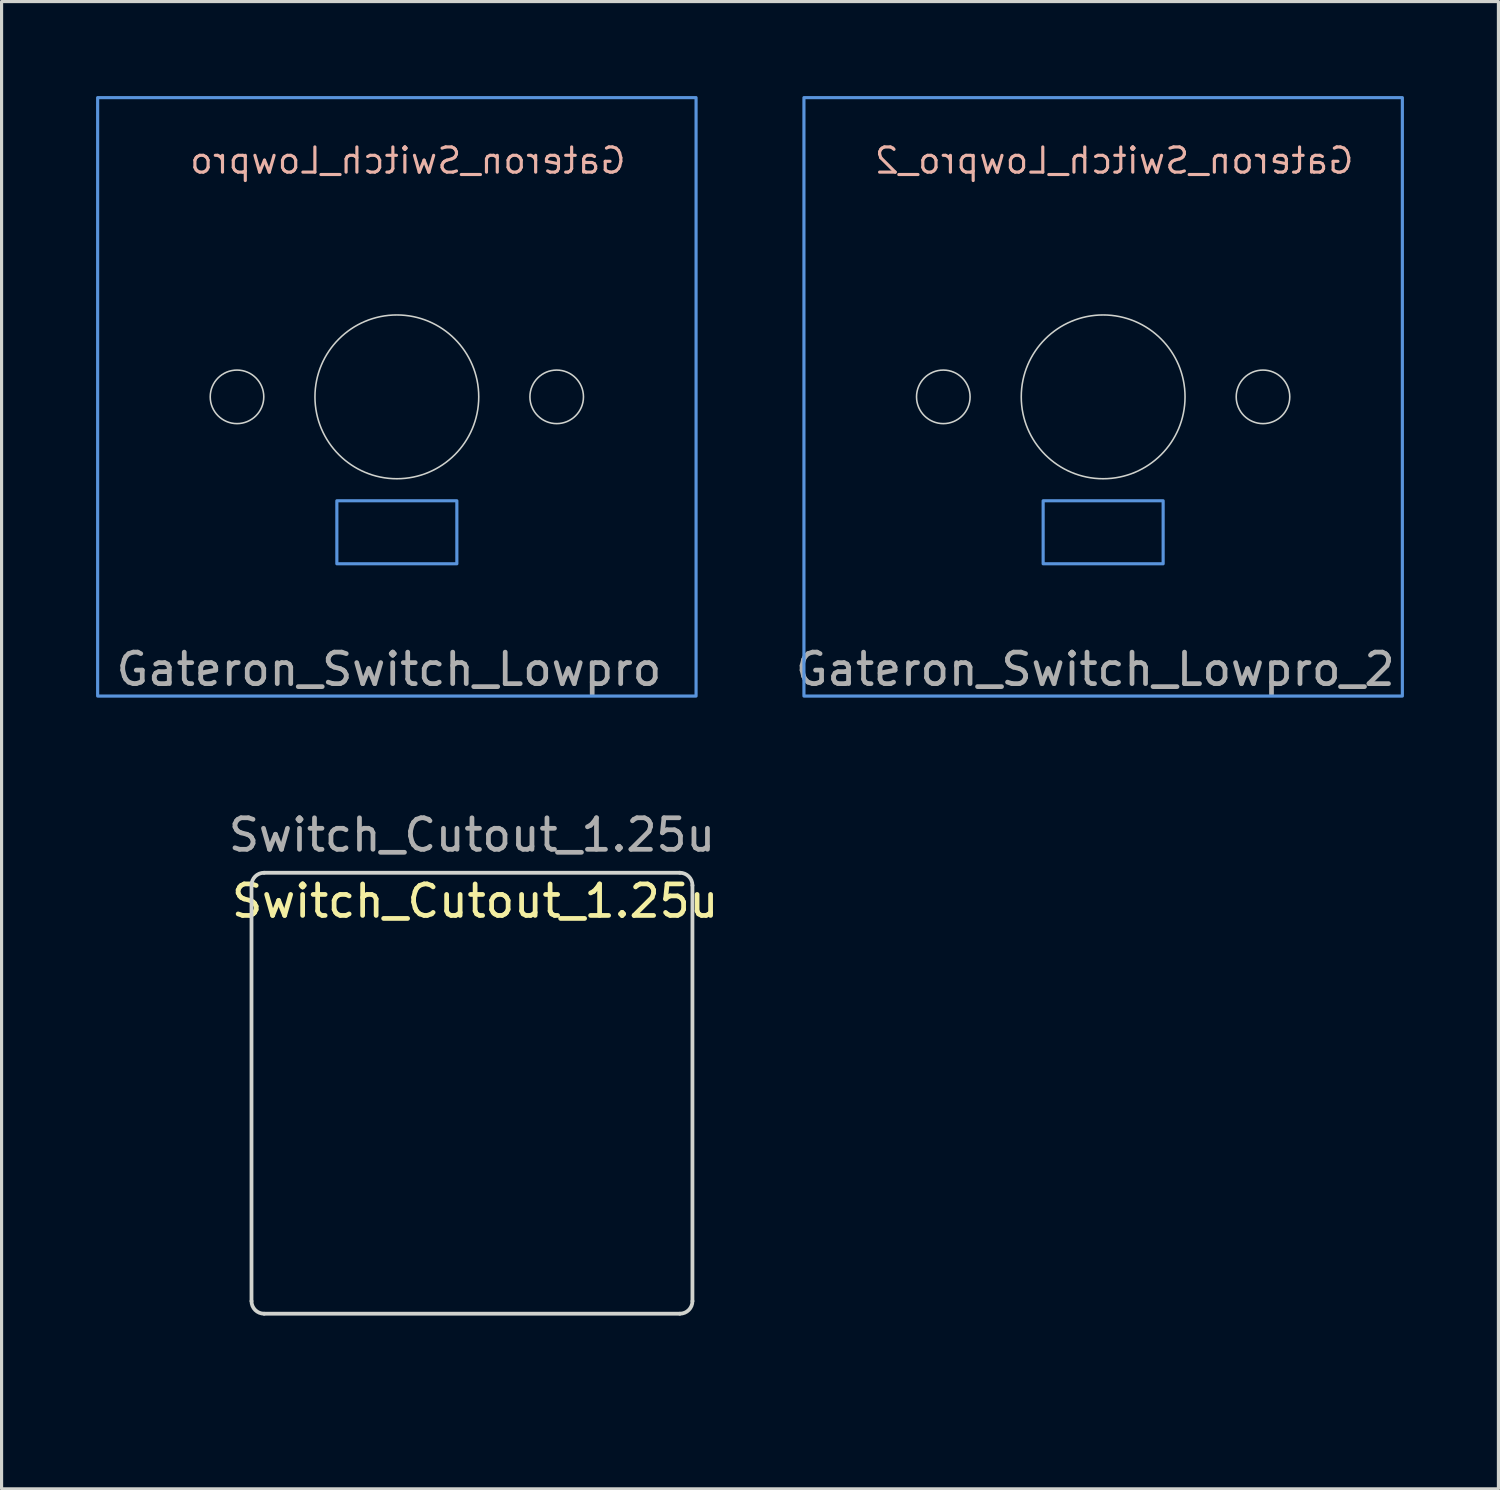
<source format=kicad_pcb>
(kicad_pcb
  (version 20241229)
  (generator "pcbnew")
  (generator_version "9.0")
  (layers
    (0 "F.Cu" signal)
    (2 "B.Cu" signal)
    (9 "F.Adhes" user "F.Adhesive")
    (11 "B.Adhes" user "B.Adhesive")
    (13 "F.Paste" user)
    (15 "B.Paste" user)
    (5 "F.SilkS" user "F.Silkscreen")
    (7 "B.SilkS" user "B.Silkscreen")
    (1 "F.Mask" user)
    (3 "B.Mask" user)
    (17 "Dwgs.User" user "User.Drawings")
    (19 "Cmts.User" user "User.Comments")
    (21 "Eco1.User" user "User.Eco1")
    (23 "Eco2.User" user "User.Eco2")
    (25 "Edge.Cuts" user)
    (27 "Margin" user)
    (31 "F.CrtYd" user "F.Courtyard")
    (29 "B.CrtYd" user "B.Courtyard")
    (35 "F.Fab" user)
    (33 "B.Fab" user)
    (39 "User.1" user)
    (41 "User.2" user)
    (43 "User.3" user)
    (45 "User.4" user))
  (footprint "Switch_Cutout_1.25u"
    (layer "F.Cu")
    (at 11.935 31.66)
    (property "Reference" "Switch_Cutout_1.25u" (at 0.1 -6.1 0) (layer "F.SilkS") (effects (font (size 1 1) (thickness 0.15))))
    (attr through_hole)
    (fp_line (start -7 -6.6) (end -7 6.6) (stroke (width 0.12) (type solid)) (layer "Edge.Cuts"))
    (fp_line (start -6.6 -7) (end 6.6 -7) (stroke (width 0.12) (type solid)) (layer "Edge.Cuts"))
    (fp_line (start -6.6 7) (end 6.6 7) (stroke (width 0.12) (type solid)) (layer "Edge.Cuts"))
    (fp_line (start 7 -6.6) (end 7 6.6) (stroke (width 0.12) (type solid)) (layer "Edge.Cuts"))
    (fp_arc (start -7 -6.6) (mid -6.882843 -6.882843) (end -6.6 -7) (stroke (width 0.12) (type solid)) (layer "Edge.Cuts"))
    (fp_arc (start -6.6 7) (mid -6.882843 6.882843) (end -7 6.6) (stroke (width 0.12) (type solid)) (layer "Edge.Cuts"))
    (fp_arc (start 6.6 -7) (mid 6.882843 -6.882843) (end 7 -6.6) (stroke (width 0.12) (type solid)) (layer "Edge.Cuts"))
    (fp_arc (start 7 6.6) (mid 6.882843 6.882843) (end 6.6 7) (stroke (width 0.12) (type solid)) (layer "Edge.Cuts"))
    (fp_rect (start 11.875 -9.5) (end -11.875 9.5) (stroke (width 0.12) (type solid)) (fill no) (layer "User.2"))
    (fp_rect (start 9.5 -9.5) (end -9.5 9.5) (stroke (width 0.12) (type solid)) (fill no) (layer "User.3"))
    (fp_text user "${REFERENCE}" (at 0 -8.2 0) (layer "F.Fab") (effects (font (size 1 1) (thickness 0.15)))))
  (footprint "Gateron_Switch_Lowpro_2"
    (layer "F.Cu")
    (at 31.975 9.55)
    (property "Reference" "Gateron_Switch_Lowpro_2" (at 0.35 -7.5 0) (unlocked yes) (layer "B.SilkS") (effects (font (size 0.8 0.8) (thickness 0.1)) (justify mirror)))
    (attr smd)
    (fp_rect (start -9.5 -9.5) (end 9.5 9.5) (stroke (width 0.1) (type solid)) (fill no) (layer "Cmts.User"))
    (fp_rect (start -1.905 3.3) (end 1.905 5.3) (stroke (width 0.1) (type solid)) (fill no) (layer "Cmts.User"))
    (fp_circle (center -5.075 0) (end -4.225 0) (stroke (width 0.05) (type solid)) (fill no) (layer "Edge.Cuts"))
    (fp_circle (center 0 0) (end 2.6 0) (stroke (width 0.05) (type solid)) (fill no) (layer "Edge.Cuts"))
    (fp_circle (center 5.075 0) (end 5.925 0) (stroke (width 0.05) (type solid)) (fill no) (layer "Edge.Cuts"))
    (fp_rect (start -2.5 -6) (end 2.5 -3.5) (stroke (width 0.1) (type solid)) (fill no) (layer "User.2"))
    (fp_line (start -3.5 3.9) (end -3.5 4.9) (stroke (width 0.1) (type default)) (layer "User.3"))
    (fp_line (start -2.5 -6.25) (end 2.5 -6.25) (stroke (width 0.1) (type default)) (layer "User.3"))
    (fp_line (start -2.5 -3.25) (end 2.5 -3.25) (stroke (width 0.1) (type default)) (layer "User.3"))
    (fp_line (start -2 2.4) (end 2 2.4) (stroke (width 0.1) (type solid)) (layer "User.3"))
    (fp_line (start -2 6.4) (end 2 6.4) (stroke (width 0.1) (type solid)) (layer "User.3"))
    (fp_line (start 3.5 3.9) (end 3.5 4.9) (stroke (width 0.1) (type default)) (layer "User.3"))
    (fp_arc (start -3.5 3.9) (mid -3.06066 2.83934) (end -2 2.4) (stroke (width 0.1) (type solid)) (layer "User.3"))
    (fp_arc (start -2.5 -3.25) (mid -4 -4.75) (end -2.5 -6.25) (stroke (width 0.1) (type default)) (layer "User.3"))
    (fp_arc (start -2 6.4) (mid -3.06066 5.96066) (end -3.5 4.9) (stroke (width 0.1) (type default)) (layer "User.3"))
    (fp_arc (start 2 2.4) (mid 3.06066 2.83934) (end 3.5 3.9) (stroke (width 0.1) (type default)) (layer "User.3"))
    (fp_arc (start 2.5 -6.25) (mid 4 -4.75) (end 2.5 -3.25) (stroke (width 0.1) (type default)) (layer "User.3"))
    (fp_arc (start 3.5 4.9) (mid 3.06066 5.96066) (end 2 6.4) (stroke (width 0.1) (type default)) (layer "User.3"))
    (fp_line (start -8.2 -6) (end -8.2 6) (stroke (width 0.12) (type solid)) (layer "User.4"))
    (fp_line (start -7.8 -6.4) (end -7 -6.4) (stroke (width 0.12) (type solid)) (layer "User.4"))
    (fp_line (start -7.8 6.4) (end -7 6.4) (stroke (width 0.12) (type solid)) (layer "User.4"))
    (fp_line (start -7 -6.6) (end -7 6.6) (stroke (width 0.12) (type solid)) (layer "User.4"))
    (fp_line (start -6.6 -7) (end 6.6 -7) (stroke (width 0.12) (type solid)) (layer "User.4"))
    (fp_line (start -6.6 7) (end 6.6 7) (stroke (width 0.12) (type solid)) (layer "User.4"))
    (fp_line (start 7 -6.6) (end 7 6.6) (stroke (width 0.12) (type solid)) (layer "User.4"))
    (fp_line (start 7 -6.4) (end 7.8 -6.4) (stroke (width 0.12) (type solid)) (layer "User.4"))
    (fp_line (start 7 6.4) (end 7.8 6.4) (stroke (width 0.12) (type solid)) (layer "User.4"))
    (fp_line (start 8.2 -6) (end 8.2 6) (stroke (width 0.12) (type solid)) (layer "User.4"))
    (fp_arc (start -8.2 -6) (mid -8.082842 -6.282843) (end -7.799999 -6.4) (stroke (width 0.12) (type solid)) (layer "User.4"))
    (fp_arc (start -7.8 6.4) (mid -8.082843 6.282842) (end -8.2 5.999999) (stroke (width 0.12) (type solid)) (layer "User.4"))
    (fp_arc (start -7 -6.6) (mid -6.882843 -6.882843) (end -6.6 -7) (stroke (width 0.12) (type solid)) (layer "User.4"))
    (fp_arc (start -6.6 7) (mid -6.882843 6.882843) (end -7 6.6) (stroke (width 0.12) (type solid)) (layer "User.4"))
    (fp_arc (start 6.6 -7) (mid 6.882843 -6.882843) (end 7 -6.6) (stroke (width 0.12) (type solid)) (layer "User.4"))
    (fp_arc (start 7 6.6) (mid 6.882843 6.882843) (end 6.6 7) (stroke (width 0.12) (type solid)) (layer "User.4"))
    (fp_arc (start 7.8 -6.4) (mid 8.082843 -6.282842) (end 8.2 -5.999999) (stroke (width 0.12) (type solid)) (layer "User.4"))
    (fp_arc (start 8.2 6) (mid 8.082842 6.282843) (end 7.799999 6.4) (stroke (width 0.12) (type solid)) (layer "User.4"))
    (fp_text user "${REFERENCE}" (at -0.25 8.65 0) (unlocked yes) (layer "F.Fab") (effects (font (size 1 1) (thickness 0.15))))
    (zone (net_name "") (layers "F.Cu" "B.Cu") (hatch edge 0.5) (connect_pads) (min_thickness 0.25) (filled_areas_thickness no) (keepout (tracks allowed) (vias allowed) (pads allowed) (copperpour not_allowed) (footprints allowed)) (placement (enabled no)) (fill) (polygon (pts (xy 24.975 9.55) (xy 38.975 9.55) (xy 38.975 18.1) (xy 24.975 18.1))))
    (zone (net_name "") (layer "User.6") (hatch edge 0.5) (connect_pads) (min_thickness 0.25) (filled_areas_thickness no) (keepout (tracks allowed) (vias allowed) (pads allowed) (copperpour not_allowed) (footprints allowed)) (placement (enabled no)) (fill) (polygon (pts (xy 24.975 9.55) (xy 38.975 9.55) (xy 38.975 18.1) (xy 25.075 18.1)))))
  (footprint "Gateron_Switch_Lowpro"
    (layer "F.Cu")
    (at 9.55 9.55)
    (property "Reference" "Gateron_Switch_Lowpro" (at 0.35 -7.5 0) (unlocked yes) (layer "B.SilkS") (effects (font (size 0.8 0.8) (thickness 0.1)) (justify mirror)))
    (attr smd)
    (fp_rect (start -9.5 -9.5) (end 9.5 9.5) (stroke (width 0.1) (type solid)) (fill no) (layer "Cmts.User"))
    (fp_rect (start -1.905 3.3) (end 1.905 5.3) (stroke (width 0.1) (type solid)) (fill no) (layer "Cmts.User"))
    (fp_circle (center -5.075 0) (end -4.225 0) (stroke (width 0.05) (type solid)) (fill no) (layer "Edge.Cuts"))
    (fp_circle (center 0 0) (end 2.6 0) (stroke (width 0.05) (type solid)) (fill no) (layer "Edge.Cuts"))
    (fp_circle (center 5.075 0) (end 5.925 0) (stroke (width 0.05) (type solid)) (fill no) (layer "Edge.Cuts"))
    (fp_rect (start -2.5 -6) (end 2.5 -3.5) (stroke (width 0.1) (type solid)) (fill no) (layer "User.2"))
    (fp_line (start -3.5 3.9) (end -3.5 4.9) (stroke (width 0.1) (type default)) (layer "User.3"))
    (fp_line (start -2.5 -6.25) (end 2.5 -6.25) (stroke (width 0.1) (type default)) (layer "User.3"))
    (fp_line (start -2.5 -3.25) (end 2.5 -3.25) (stroke (width 0.1) (type default)) (layer "User.3"))
    (fp_line (start -2 2.4) (end 2 2.4) (stroke (width 0.1) (type solid)) (layer "User.3"))
    (fp_line (start -2 6.4) (end 2 6.4) (stroke (width 0.1) (type solid)) (layer "User.3"))
    (fp_line (start 3.5 3.9) (end 3.5 4.9) (stroke (width 0.1) (type default)) (layer "User.3"))
    (fp_arc (start -3.5 3.9) (mid -3.06066 2.83934) (end -2 2.4) (stroke (width 0.1) (type solid)) (layer "User.3"))
    (fp_arc (start -2.5 -3.25) (mid -4 -4.75) (end -2.5 -6.25) (stroke (width 0.1) (type default)) (layer "User.3"))
    (fp_arc (start -2 6.4) (mid -3.06066 5.96066) (end -3.5 4.9) (stroke (width 0.1) (type default)) (layer "User.3"))
    (fp_arc (start 2 2.4) (mid 3.06066 2.83934) (end 3.5 3.9) (stroke (width 0.1) (type default)) (layer "User.3"))
    (fp_arc (start 2.5 -6.25) (mid 4 -4.75) (end 2.5 -3.25) (stroke (width 0.1) (type default)) (layer "User.3"))
    (fp_arc (start 3.5 4.9) (mid 3.06066 5.96066) (end 2 6.4) (stroke (width 0.1) (type default)) (layer "User.3"))
    (fp_line (start -8.2 -6) (end -8.2 6) (stroke (width 0.12) (type solid)) (layer "User.4"))
    (fp_line (start -7.8 -6.4) (end -7 -6.4) (stroke (width 0.12) (type solid)) (layer "User.4"))
    (fp_line (start -7.8 6.4) (end -7 6.4) (stroke (width 0.12) (type solid)) (layer "User.4"))
    (fp_line (start -7 -6.6) (end -7 6.6) (stroke (width 0.12) (type solid)) (layer "User.4"))
    (fp_line (start -6.6 -7) (end 6.6 -7) (stroke (width 0.12) (type solid)) (layer "User.4"))
    (fp_line (start -6.6 7) (end 6.6 7) (stroke (width 0.12) (type solid)) (layer "User.4"))
    (fp_line (start 7 -6.6) (end 7 6.6) (stroke (width 0.12) (type solid)) (layer "User.4"))
    (fp_line (start 7 -6.4) (end 7.8 -6.4) (stroke (width 0.12) (type solid)) (layer "User.4"))
    (fp_line (start 7 6.4) (end 7.8 6.4) (stroke (width 0.12) (type solid)) (layer "User.4"))
    (fp_line (start 8.2 -6) (end 8.2 6) (stroke (width 0.12) (type solid)) (layer "User.4"))
    (fp_arc (start -8.2 -6) (mid -8.082842 -6.282843) (end -7.799999 -6.4) (stroke (width 0.12) (type solid)) (layer "User.4"))
    (fp_arc (start -7.8 6.4) (mid -8.082843 6.282842) (end -8.2 5.999999) (stroke (width 0.12) (type solid)) (layer "User.4"))
    (fp_arc (start -7 -6.6) (mid -6.882843 -6.882843) (end -6.6 -7) (stroke (width 0.12) (type solid)) (layer "User.4"))
    (fp_arc (start -6.6 7) (mid -6.882843 6.882843) (end -7 6.6) (stroke (width 0.12) (type solid)) (layer "User.4"))
    (fp_arc (start 6.6 -7) (mid 6.882843 -6.882843) (end 7 -6.6) (stroke (width 0.12) (type solid)) (layer "User.4"))
    (fp_arc (start 7 6.6) (mid 6.882843 6.882843) (end 6.6 7) (stroke (width 0.12) (type solid)) (layer "User.4"))
    (fp_arc (start 7.8 -6.4) (mid 8.082843 -6.282842) (end 8.2 -5.999999) (stroke (width 0.12) (type solid)) (layer "User.4"))
    (fp_arc (start 8.2 6) (mid 8.082842 6.282843) (end 7.799999 6.4) (stroke (width 0.12) (type solid)) (layer "User.4"))
    (fp_text user "${REFERENCE}" (at -0.25 8.65 0) (unlocked yes) (layer "F.Fab") (effects (font (size 1 1) (thickness 0.15))))
    (zone (net_name "") (layers "F.Cu" "B.Cu") (hatch edge 0.5) (connect_pads) (min_thickness 0.25) (filled_areas_thickness no) (keepout (tracks allowed) (vias allowed) (pads allowed) (copperpour not_allowed) (footprints allowed)) (placement (enabled no)) (fill) (polygon (pts (xy 2.55 9.55) (xy 16.55 9.55) (xy 16.55 18.1) (xy 2.55 18.1))))
    (zone (net_name "") (layer "User.6") (hatch edge 0.5) (connect_pads) (min_thickness 0.25) (filled_areas_thickness no) (keepout (tracks allowed) (vias allowed) (pads allowed) (copperpour not_allowed) (footprints allowed)) (placement (enabled no)) (fill) (polygon (pts (xy 2.55 9.55) (xy 16.55 9.55) (xy 16.55 18.1) (xy 2.65 18.1)))))
  (gr_rect
    (start -3 -3)
    (end 44.525 44.22)
    (stroke (width 0.1) (type default))
    (fill no)
    (layer "Edge.Cuts")))
</source>
